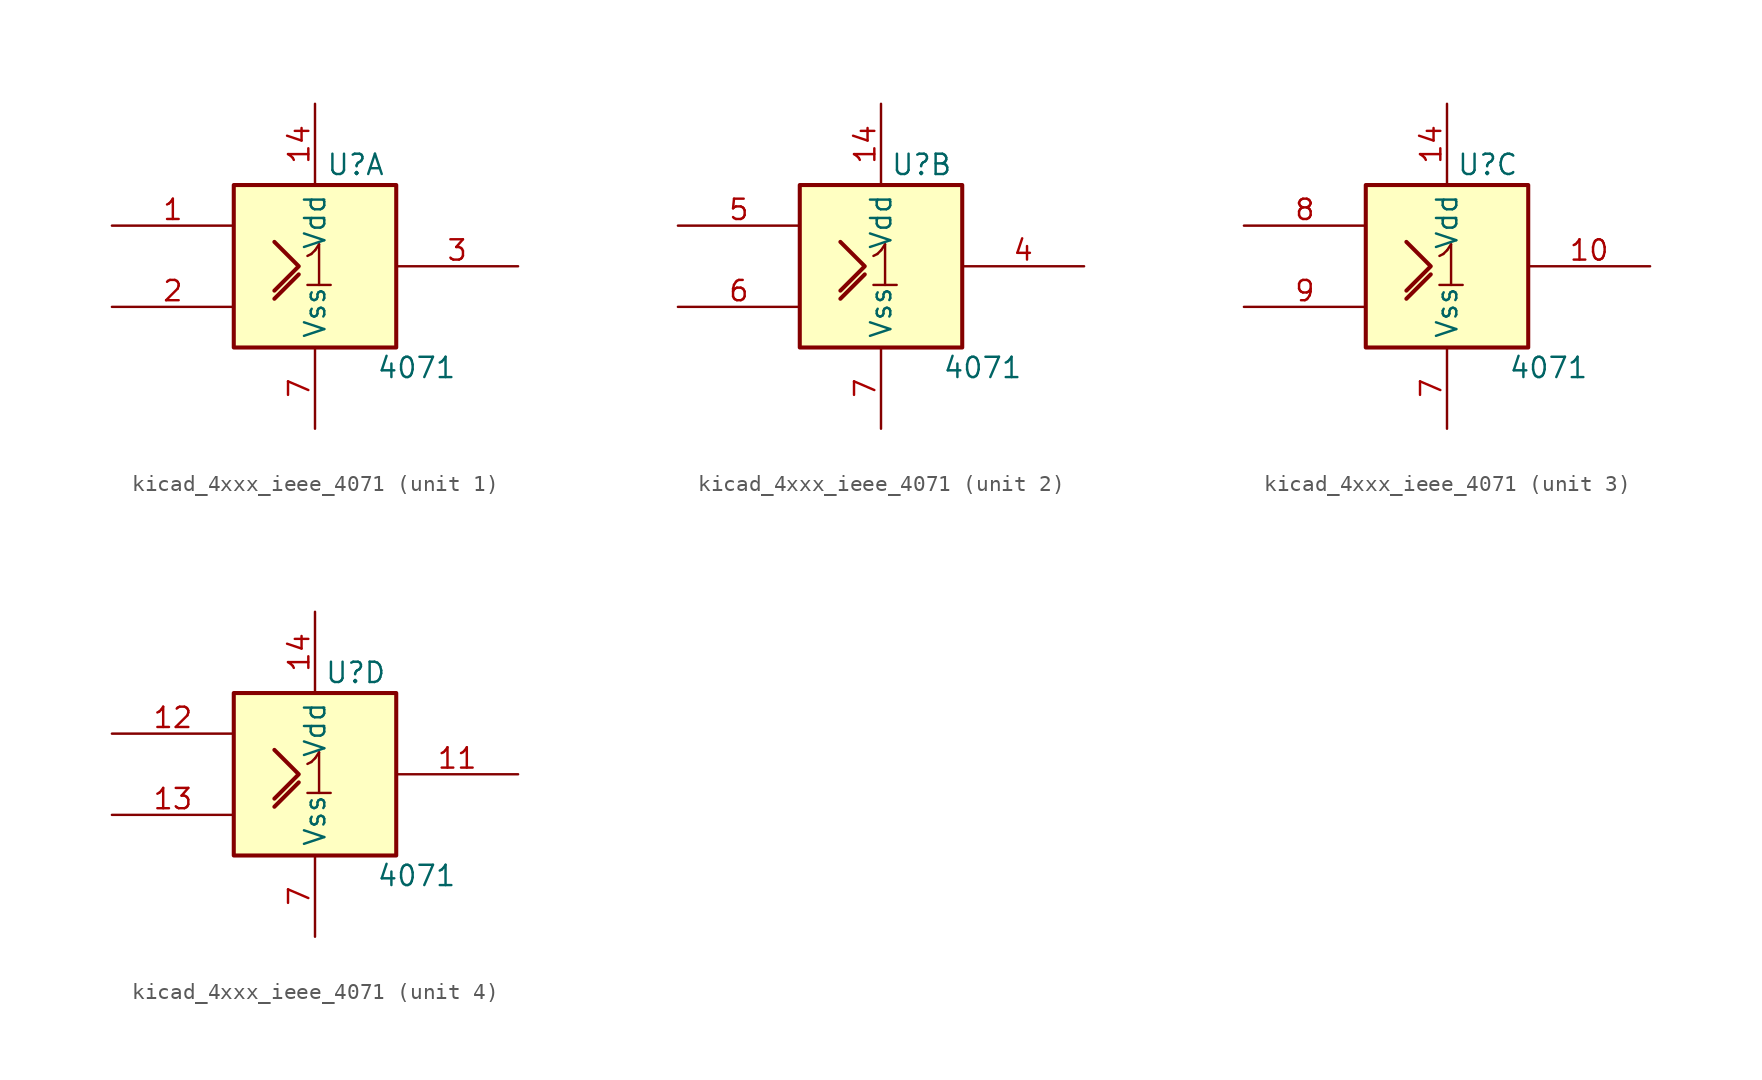
<source format=kicad_sym>
(kicad_symbol_lib
  (version 20220914)
  (generator kicad_symbol_editor)
  (symbol "kicad_4xxx_ieee_4071"
    (property "Reference" "U"
      (at 2.54 6.35 0)
      (effects (font (size 1.27 1.27))))
    (property "Value" "4071"
      (at 6.35 -6.35 0)
      (effects (font (size 1.27 1.27))))
    (symbol "kicad_4xxx_ieee_4071_0_0"
      (rectangle (start -5.08 5.08) (end 5.08 -5.08) (stroke (width 0.254) (type default)) (fill (type background)))
      (polyline (pts (xy -2.54 -2.032) (xy -1.016 -0.508) (xy -1.016 -0.508)) (stroke (width 0.254) (type default)) (fill (type background)))
      (polyline (pts (xy -2.54 1.524) (xy -1.016 0) (xy -2.54 -1.524) (xy -2.54 -1.524)) (stroke (width 0.254) (type default)) (fill (type background)))
      (text "1" (at 0.254 0 0) (effects (font (size 2.54 2.54))))
      (pin power_in line (at 0 10.16 270) (length 5.08) (name "Vdd" (effects (font (size 1.27 1.27)))) (number "14" (effects (font (size 1.27 1.27)))))
      (pin power_in line (at 0 -10.16 90) (length 5.08) (name "Vss" (effects (font (size 1.27 1.27)))) (number "7" (effects (font (size 1.27 1.27))))))
    (symbol "kicad_4xxx_ieee_4071_1_1"
      (pin input line (at -12.7 2.54 0) (length 7.62) (name "~" (effects (font (size 1.27 1.27)))) (number "1" (effects (font (size 1.27 1.27)))))
      (pin input line (at -12.7 -2.54 0) (length 7.62) (name "~" (effects (font (size 1.27 1.27)))) (number "2" (effects (font (size 1.27 1.27)))))
      (pin output line (at 12.7 0 180) (length 7.62) (name "~" (effects (font (size 1.27 1.27)))) (number "3" (effects (font (size 1.27 1.27))))))
    (symbol "kicad_4xxx_ieee_4071_2_1"
      (pin output line (at 12.7 0 180) (length 7.62) (name "~" (effects (font (size 1.27 1.27)))) (number "4" (effects (font (size 1.27 1.27)))))
      (pin input line (at -12.7 2.54 0) (length 7.62) (name "~" (effects (font (size 1.27 1.27)))) (number "5" (effects (font (size 1.27 1.27)))))
      (pin input line (at -12.7 -2.54 0) (length 7.62) (name "~" (effects (font (size 1.27 1.27)))) (number "6" (effects (font (size 1.27 1.27))))))
    (symbol "kicad_4xxx_ieee_4071_3_1"
      (pin output line (at 12.7 0 180) (length 7.62) (name "~" (effects (font (size 1.27 1.27)))) (number "10" (effects (font (size 1.27 1.27)))))
      (pin input line (at -12.7 2.54 0) (length 7.62) (name "~" (effects (font (size 1.27 1.27)))) (number "8" (effects (font (size 1.27 1.27)))))
      (pin input line (at -12.7 -2.54 0) (length 7.62) (name "~" (effects (font (size 1.27 1.27)))) (number "9" (effects (font (size 1.27 1.27))))))
    (symbol "kicad_4xxx_ieee_4071_4_1"
      (pin output line (at 12.7 0 180) (length 7.62) (name "~" (effects (font (size 1.27 1.27)))) (number "11" (effects (font (size 1.27 1.27)))))
      (pin input line (at -12.7 2.54 0) (length 7.62) (name "~" (effects (font (size 1.27 1.27)))) (number "12" (effects (font (size 1.27 1.27)))))
      (pin input line (at -12.7 -2.54 0) (length 7.62) (name "~" (effects (font (size 1.27 1.27)))) (number "13" (effects (font (size 1.27 1.27))))))))
</source>
